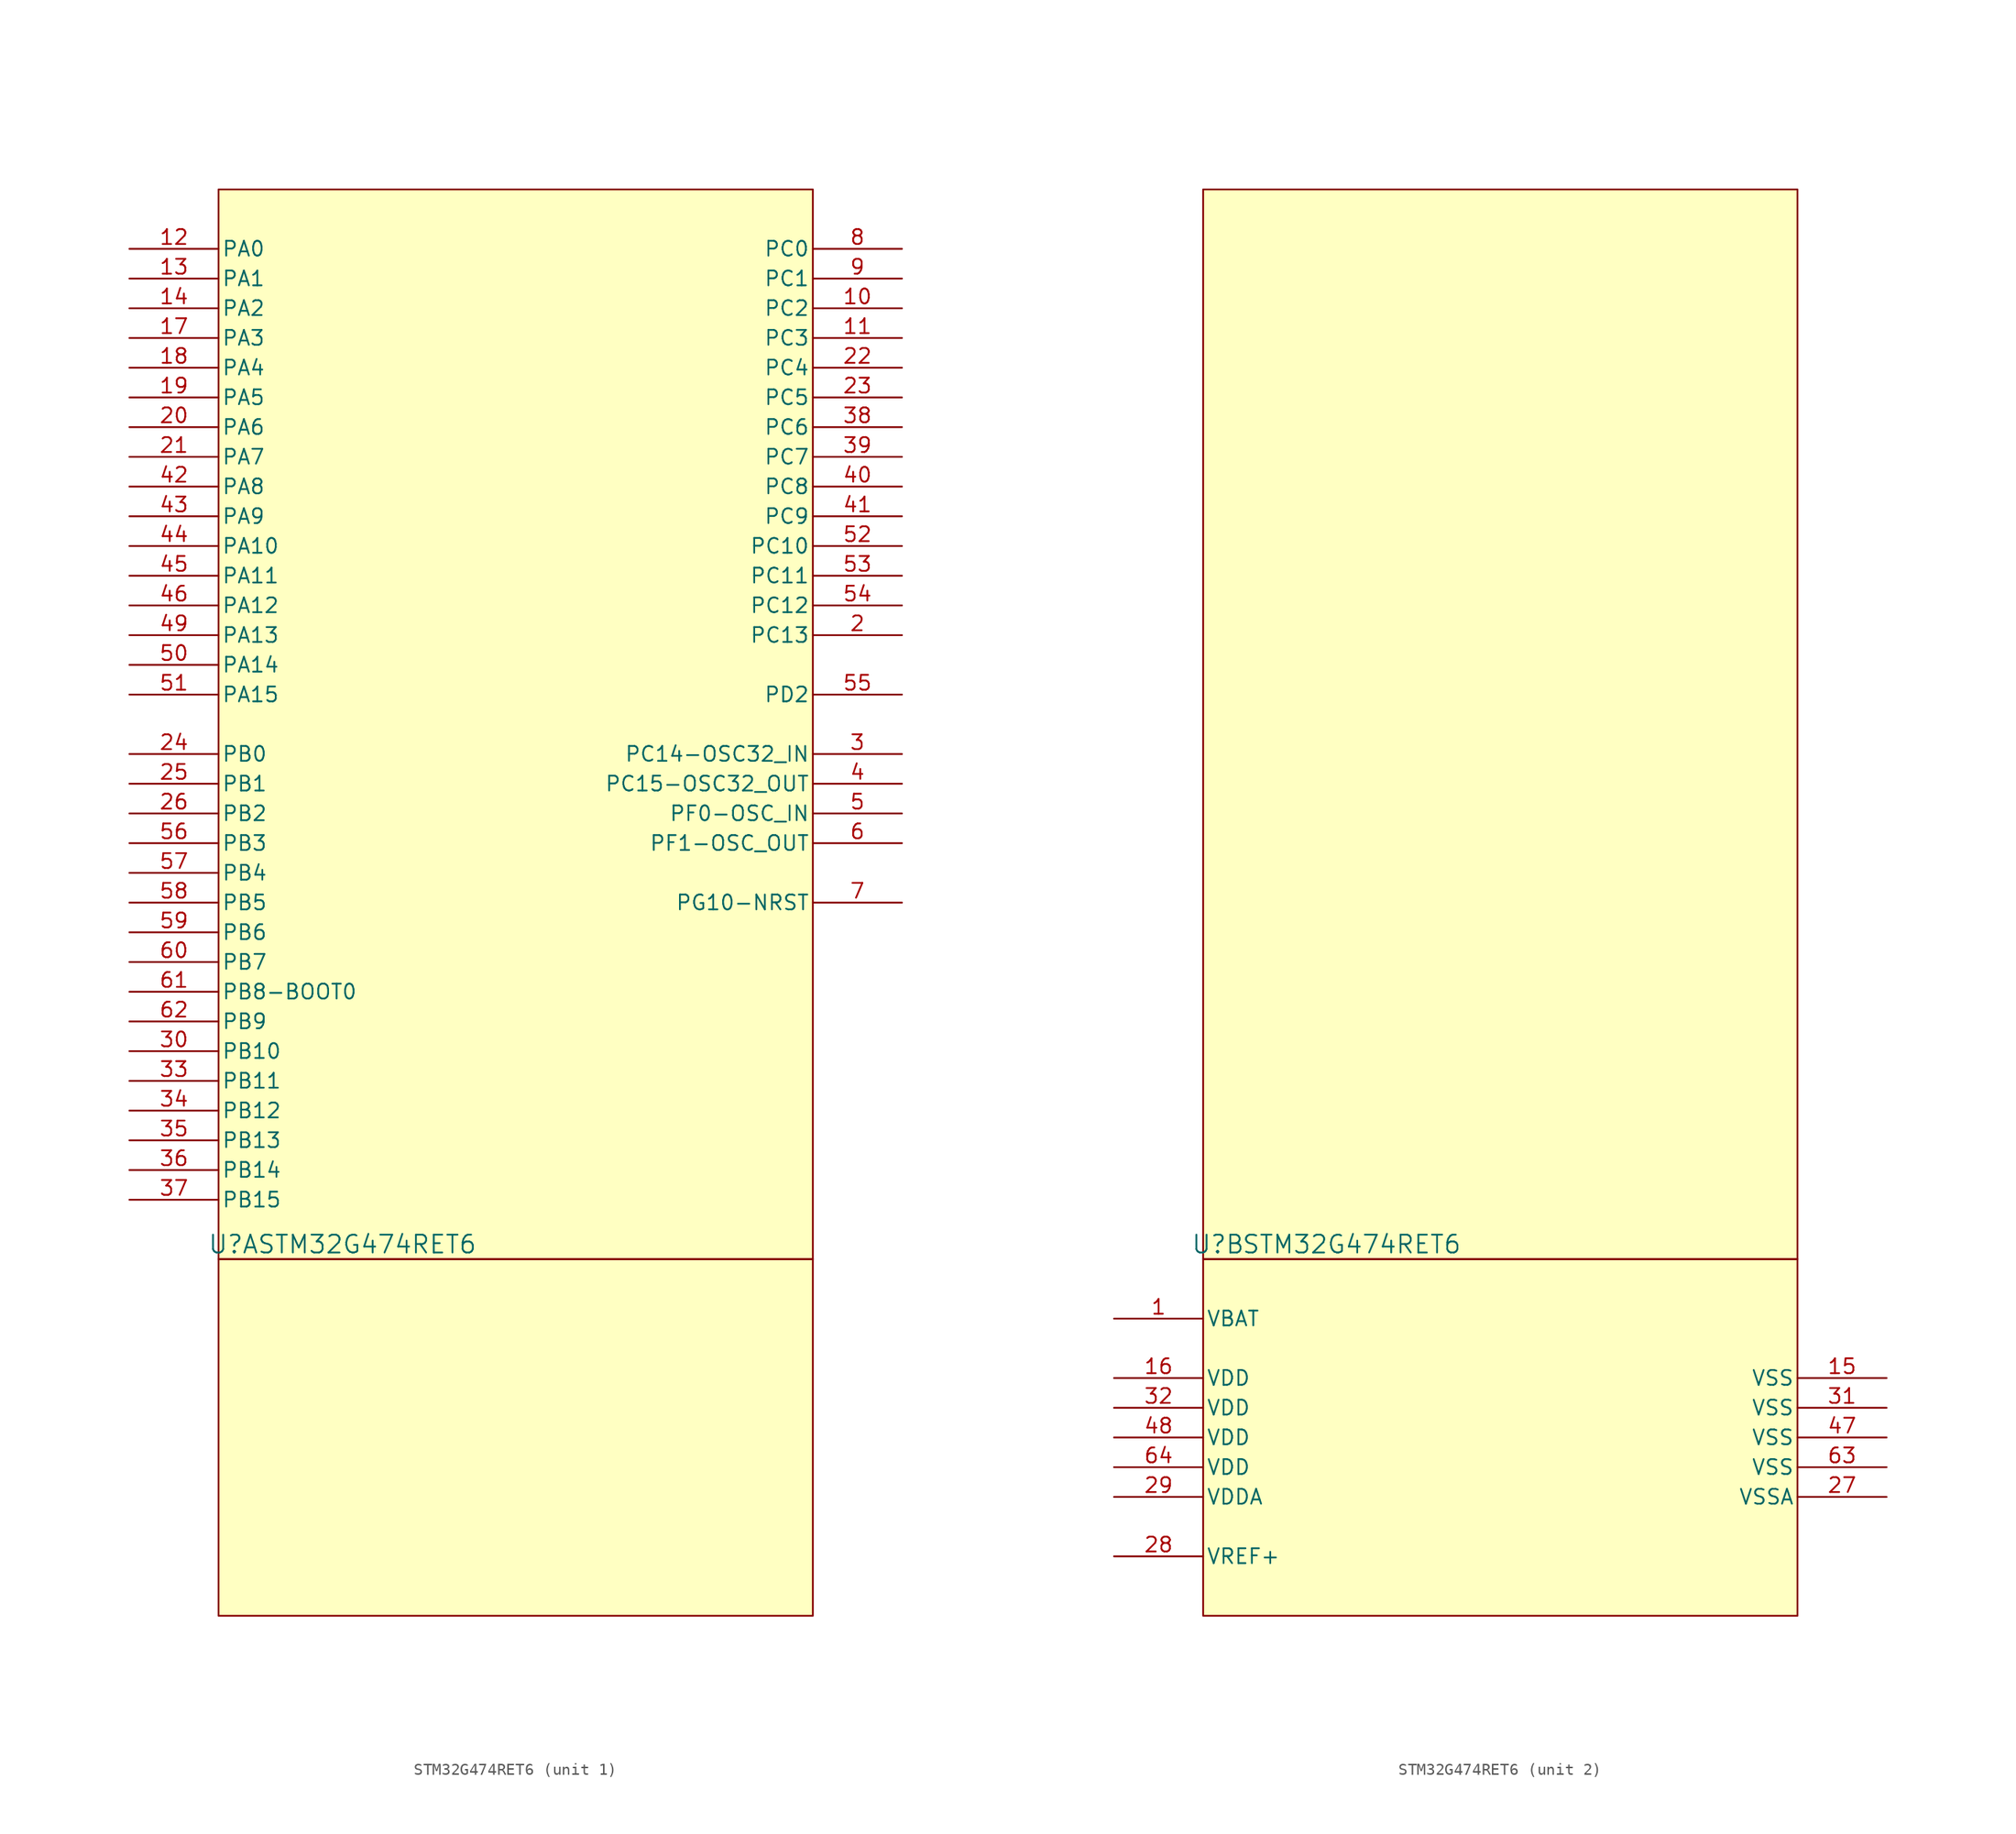
<source format=kicad_sym>
(kicad_symbol_lib
  (version 20211014)
  (generator kicad_symbol_editor)
  (symbol "STM32G474RET6"
    (pin_names
      (offset 0.254))
    (property "Reference" "U"
      (at 1.27 -90.17 0)
      (effects (font (size 1.524 1.524))))
    (property "Value" "STM32G474RET6"
      (at 12.7 -90.17 0)
      (effects (font (size 1.524 1.524))))
    (property "ki_locked" ""
      (at 0 0 0)
      (effects (font (size 1.27 1.27))))
    (symbol "STM32G474RET6_0_1"
      (rectangle (start 0 -91.44) (end 50.8 -121.92) (stroke (width 0) (type default) (color 0 0 0 0)) (fill (type background)))
      (rectangle (start 0 0) (end 50.8 -91.44) (stroke (width 0) (type default) (color 0 0 0 0)) (fill (type background))))
    (symbol "STM32G474RET6_1_1"
      (pin bidirectional line (at 58.42 -10.16 180) (length 7.62) (name "PC2" (effects (font (size 1.27 1.27)))) (number "10" (effects (font (size 1.27 1.27)))))
      (pin bidirectional line (at 58.42 -12.7 180) (length 7.62) (name "PC3" (effects (font (size 1.27 1.27)))) (number "11" (effects (font (size 1.27 1.27)))))
      (pin bidirectional line (at -7.62 -5.08 0) (length 7.62) (name "PA0" (effects (font (size 1.27 1.27)))) (number "12" (effects (font (size 1.27 1.27)))))
      (pin bidirectional line (at -7.62 -7.62 0) (length 7.62) (name "PA1" (effects (font (size 1.27 1.27)))) (number "13" (effects (font (size 1.27 1.27)))))
      (pin bidirectional line (at -7.62 -10.16 0) (length 7.62) (name "PA2" (effects (font (size 1.27 1.27)))) (number "14" (effects (font (size 1.27 1.27)))))
      (pin bidirectional line (at -7.62 -12.7 0) (length 7.62) (name "PA3" (effects (font (size 1.27 1.27)))) (number "17" (effects (font (size 1.27 1.27)))))
      (pin bidirectional line (at -7.62 -15.24 0) (length 7.62) (name "PA4" (effects (font (size 1.27 1.27)))) (number "18" (effects (font (size 1.27 1.27)))))
      (pin bidirectional line (at -7.62 -17.78 0) (length 7.62) (name "PA5" (effects (font (size 1.27 1.27)))) (number "19" (effects (font (size 1.27 1.27)))))
      (pin bidirectional line (at 58.42 -38.1 180) (length 7.62) (name "PC13" (effects (font (size 1.27 1.27)))) (number "2" (effects (font (size 1.27 1.27)))))
      (pin bidirectional line (at -7.62 -20.32 0) (length 7.62) (name "PA6" (effects (font (size 1.27 1.27)))) (number "20" (effects (font (size 1.27 1.27)))))
      (pin bidirectional line (at -7.62 -22.86 0) (length 7.62) (name "PA7" (effects (font (size 1.27 1.27)))) (number "21" (effects (font (size 1.27 1.27)))))
      (pin bidirectional line (at 58.42 -15.24 180) (length 7.62) (name "PC4" (effects (font (size 1.27 1.27)))) (number "22" (effects (font (size 1.27 1.27)))))
      (pin bidirectional line (at 58.42 -17.78 180) (length 7.62) (name "PC5" (effects (font (size 1.27 1.27)))) (number "23" (effects (font (size 1.27 1.27)))))
      (pin bidirectional line (at -7.62 -48.26 0) (length 7.62) (name "PB0" (effects (font (size 1.27 1.27)))) (number "24" (effects (font (size 1.27 1.27)))))
      (pin bidirectional line (at -7.62 -50.8 0) (length 7.62) (name "PB1" (effects (font (size 1.27 1.27)))) (number "25" (effects (font (size 1.27 1.27)))))
      (pin bidirectional line (at -7.62 -53.34 0) (length 7.62) (name "PB2" (effects (font (size 1.27 1.27)))) (number "26" (effects (font (size 1.27 1.27)))))
      (pin bidirectional line (at 58.42 -48.26 180) (length 7.62) (name "PC14-OSC32_IN" (effects (font (size 1.27 1.27)))) (number "3" (effects (font (size 1.27 1.27)))))
      (pin bidirectional line (at -7.62 -73.66 0) (length 7.62) (name "PB10" (effects (font (size 1.27 1.27)))) (number "30" (effects (font (size 1.27 1.27)))))
      (pin bidirectional line (at -7.62 -76.2 0) (length 7.62) (name "PB11" (effects (font (size 1.27 1.27)))) (number "33" (effects (font (size 1.27 1.27)))))
      (pin bidirectional line (at -7.62 -78.74 0) (length 7.62) (name "PB12" (effects (font (size 1.27 1.27)))) (number "34" (effects (font (size 1.27 1.27)))))
      (pin bidirectional line (at -7.62 -81.28 0) (length 7.62) (name "PB13" (effects (font (size 1.27 1.27)))) (number "35" (effects (font (size 1.27 1.27)))))
      (pin bidirectional line (at -7.62 -83.82 0) (length 7.62) (name "PB14" (effects (font (size 1.27 1.27)))) (number "36" (effects (font (size 1.27 1.27)))))
      (pin bidirectional line (at -7.62 -86.36 0) (length 7.62) (name "PB15" (effects (font (size 1.27 1.27)))) (number "37" (effects (font (size 1.27 1.27)))))
      (pin bidirectional line (at 58.42 -20.32 180) (length 7.62) (name "PC6" (effects (font (size 1.27 1.27)))) (number "38" (effects (font (size 1.27 1.27)))))
      (pin bidirectional line (at 58.42 -22.86 180) (length 7.62) (name "PC7" (effects (font (size 1.27 1.27)))) (number "39" (effects (font (size 1.27 1.27)))))
      (pin bidirectional line (at 58.42 -50.8 180) (length 7.62) (name "PC15-OSC32_OUT" (effects (font (size 1.27 1.27)))) (number "4" (effects (font (size 1.27 1.27)))))
      (pin bidirectional line (at 58.42 -25.4 180) (length 7.62) (name "PC8" (effects (font (size 1.27 1.27)))) (number "40" (effects (font (size 1.27 1.27)))))
      (pin bidirectional line (at 58.42 -27.94 180) (length 7.62) (name "PC9" (effects (font (size 1.27 1.27)))) (number "41" (effects (font (size 1.27 1.27)))))
      (pin bidirectional line (at -7.62 -25.4 0) (length 7.62) (name "PA8" (effects (font (size 1.27 1.27)))) (number "42" (effects (font (size 1.27 1.27)))))
      (pin bidirectional line (at -7.62 -27.94 0) (length 7.62) (name "PA9" (effects (font (size 1.27 1.27)))) (number "43" (effects (font (size 1.27 1.27)))))
      (pin bidirectional line (at -7.62 -30.48 0) (length 7.62) (name "PA10" (effects (font (size 1.27 1.27)))) (number "44" (effects (font (size 1.27 1.27)))))
      (pin bidirectional line (at -7.62 -33.02 0) (length 7.62) (name "PA11" (effects (font (size 1.27 1.27)))) (number "45" (effects (font (size 1.27 1.27)))))
      (pin bidirectional line (at -7.62 -35.56 0) (length 7.62) (name "PA12" (effects (font (size 1.27 1.27)))) (number "46" (effects (font (size 1.27 1.27)))))
      (pin bidirectional line (at -7.62 -38.1 0) (length 7.62) (name "PA13" (effects (font (size 1.27 1.27)))) (number "49" (effects (font (size 1.27 1.27)))))
      (pin bidirectional line (at 58.42 -53.34 180) (length 7.62) (name "PF0-OSC_IN" (effects (font (size 1.27 1.27)))) (number "5" (effects (font (size 1.27 1.27)))))
      (pin bidirectional line (at -7.62 -40.64 0) (length 7.62) (name "PA14" (effects (font (size 1.27 1.27)))) (number "50" (effects (font (size 1.27 1.27)))))
      (pin bidirectional line (at -7.62 -43.18 0) (length 7.62) (name "PA15" (effects (font (size 1.27 1.27)))) (number "51" (effects (font (size 1.27 1.27)))))
      (pin bidirectional line (at 58.42 -30.48 180) (length 7.62) (name "PC10" (effects (font (size 1.27 1.27)))) (number "52" (effects (font (size 1.27 1.27)))))
      (pin bidirectional line (at 58.42 -33.02 180) (length 7.62) (name "PC11" (effects (font (size 1.27 1.27)))) (number "53" (effects (font (size 1.27 1.27)))))
      (pin bidirectional line (at 58.42 -35.56 180) (length 7.62) (name "PC12" (effects (font (size 1.27 1.27)))) (number "54" (effects (font (size 1.27 1.27)))))
      (pin bidirectional line (at 58.42 -43.18 180) (length 7.62) (name "PD2" (effects (font (size 1.27 1.27)))) (number "55" (effects (font (size 1.27 1.27)))))
      (pin bidirectional line (at -7.62 -55.88 0) (length 7.62) (name "PB3" (effects (font (size 1.27 1.27)))) (number "56" (effects (font (size 1.27 1.27)))))
      (pin bidirectional line (at -7.62 -58.42 0) (length 7.62) (name "PB4" (effects (font (size 1.27 1.27)))) (number "57" (effects (font (size 1.27 1.27)))))
      (pin bidirectional line (at -7.62 -60.96 0) (length 7.62) (name "PB5" (effects (font (size 1.27 1.27)))) (number "58" (effects (font (size 1.27 1.27)))))
      (pin bidirectional line (at -7.62 -63.5 0) (length 7.62) (name "PB6" (effects (font (size 1.27 1.27)))) (number "59" (effects (font (size 1.27 1.27)))))
      (pin bidirectional line (at 58.42 -55.88 180) (length 7.62) (name "PF1-OSC_OUT" (effects (font (size 1.27 1.27)))) (number "6" (effects (font (size 1.27 1.27)))))
      (pin bidirectional line (at -7.62 -66.04 0) (length 7.62) (name "PB7" (effects (font (size 1.27 1.27)))) (number "60" (effects (font (size 1.27 1.27)))))
      (pin bidirectional line (at -7.62 -68.58 0) (length 7.62) (name "PB8-BOOT0" (effects (font (size 1.27 1.27)))) (number "61" (effects (font (size 1.27 1.27)))))
      (pin bidirectional line (at -7.62 -71.12 0) (length 7.62) (name "PB9" (effects (font (size 1.27 1.27)))) (number "62" (effects (font (size 1.27 1.27)))))
      (pin bidirectional line (at 58.42 -60.96 180) (length 7.62) (name "PG10-NRST" (effects (font (size 1.27 1.27)))) (number "7" (effects (font (size 1.27 1.27)))))
      (pin bidirectional line (at 58.42 -5.08 180) (length 7.62) (name "PC0" (effects (font (size 1.27 1.27)))) (number "8" (effects (font (size 1.27 1.27)))))
      (pin bidirectional line (at 58.42 -7.62 180) (length 7.62) (name "PC1" (effects (font (size 1.27 1.27)))) (number "9" (effects (font (size 1.27 1.27))))))
    (symbol "STM32G474RET6_2_1"
      (pin power_in line (at -7.62 -96.52 0) (length 7.62) (name "VBAT" (effects (font (size 1.27 1.27)))) (number "1" (effects (font (size 1.27 1.27)))))
      (pin power_in line (at 58.42 -101.6 180) (length 7.62) (name "VSS" (effects (font (size 1.27 1.27)))) (number "15" (effects (font (size 1.27 1.27)))))
      (pin power_in line (at -7.62 -101.6 0) (length 7.62) (name "VDD" (effects (font (size 1.27 1.27)))) (number "16" (effects (font (size 1.27 1.27)))))
      (pin power_in line (at 58.42 -111.76 180) (length 7.62) (name "VSSA" (effects (font (size 1.27 1.27)))) (number "27" (effects (font (size 1.27 1.27)))))
      (pin power_in line (at -7.62 -116.84 0) (length 7.62) (name "VREF+" (effects (font (size 1.27 1.27)))) (number "28" (effects (font (size 1.27 1.27)))))
      (pin power_in line (at -7.62 -111.76 0) (length 7.62) (name "VDDA" (effects (font (size 1.27 1.27)))) (number "29" (effects (font (size 1.27 1.27)))))
      (pin power_in line (at 58.42 -104.14 180) (length 7.62) (name "VSS" (effects (font (size 1.27 1.27)))) (number "31" (effects (font (size 1.27 1.27)))))
      (pin power_in line (at -7.62 -104.14 0) (length 7.62) (name "VDD" (effects (font (size 1.27 1.27)))) (number "32" (effects (font (size 1.27 1.27)))))
      (pin power_in line (at 58.42 -106.68 180) (length 7.62) (name "VSS" (effects (font (size 1.27 1.27)))) (number "47" (effects (font (size 1.27 1.27)))))
      (pin power_in line (at -7.62 -106.68 0) (length 7.62) (name "VDD" (effects (font (size 1.27 1.27)))) (number "48" (effects (font (size 1.27 1.27)))))
      (pin power_in line (at 58.42 -109.22 180) (length 7.62) (name "VSS" (effects (font (size 1.27 1.27)))) (number "63" (effects (font (size 1.27 1.27)))))
      (pin power_in line (at -7.62 -109.22 0) (length 7.62) (name "VDD" (effects (font (size 1.27 1.27)))) (number "64" (effects (font (size 1.27 1.27))))))))
</source>
